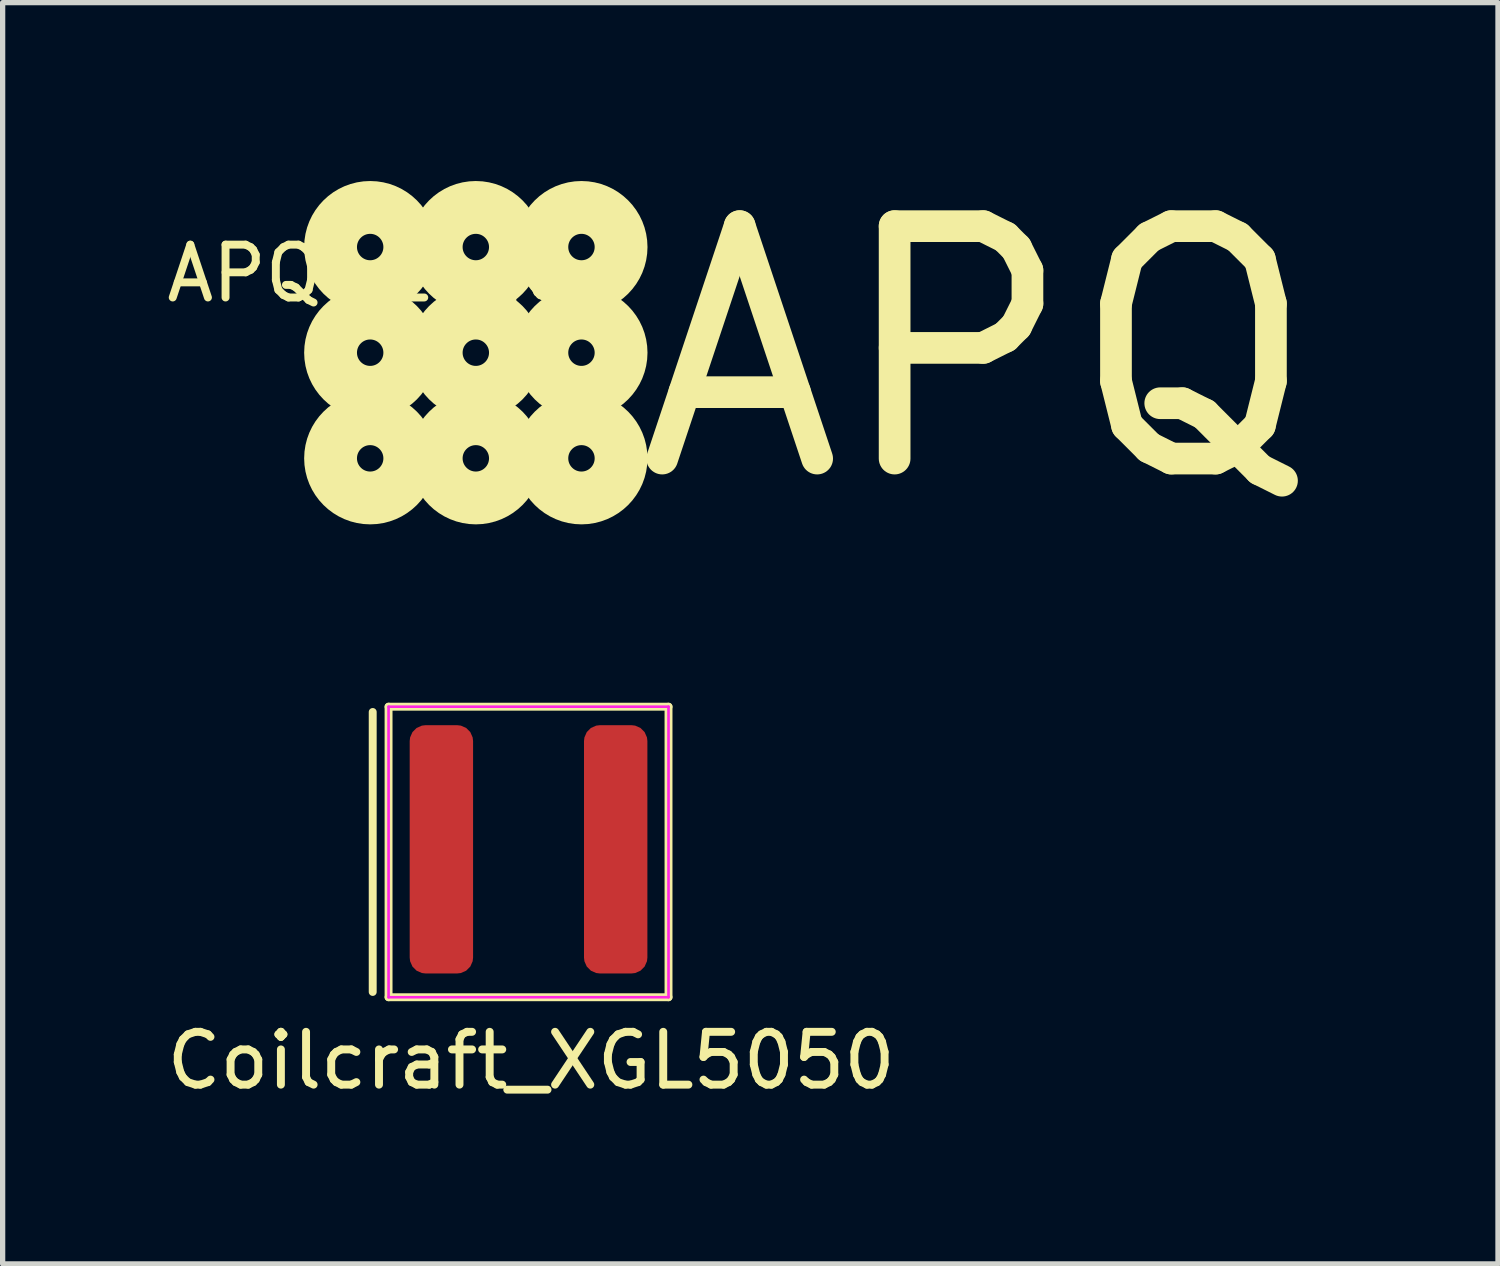
<source format=kicad_pcb>
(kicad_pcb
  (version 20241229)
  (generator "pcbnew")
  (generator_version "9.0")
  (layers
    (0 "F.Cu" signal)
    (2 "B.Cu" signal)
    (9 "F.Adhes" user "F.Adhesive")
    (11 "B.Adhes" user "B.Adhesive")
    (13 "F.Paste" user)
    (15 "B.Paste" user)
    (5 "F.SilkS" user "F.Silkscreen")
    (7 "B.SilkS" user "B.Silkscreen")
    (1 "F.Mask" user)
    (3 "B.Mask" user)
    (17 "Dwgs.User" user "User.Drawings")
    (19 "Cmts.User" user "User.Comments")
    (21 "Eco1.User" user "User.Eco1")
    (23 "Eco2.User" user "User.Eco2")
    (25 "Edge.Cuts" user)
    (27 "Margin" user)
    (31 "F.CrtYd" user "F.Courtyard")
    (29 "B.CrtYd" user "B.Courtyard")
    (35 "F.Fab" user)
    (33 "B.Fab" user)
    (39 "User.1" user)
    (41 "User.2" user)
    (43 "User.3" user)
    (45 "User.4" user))
  (footprint "Coilcraft_XGL5050"
    (layer "F.Cu")
    (at 5.306 13.029)
    (property "Reference" "Coilcraft_XGL5050" (at 1.7 4 0) (layer "F.SilkS") (effects (font (size 1 1) (thickness 0.15))))
    (attr through_hole)
    (fp_line (start -1.3 -2.6) (end -1.3 2.7) (stroke (width 0.15) (type solid)) (layer "F.SilkS"))
    (fp_line (start -1 -2.7) (end 4.3 -2.7) (stroke (width 0.15) (type solid)) (layer "F.SilkS"))
    (fp_line (start -1 2.8) (end -1 -2.7) (stroke (width 0.15) (type solid)) (layer "F.SilkS"))
    (fp_line (start 4.3 -2.7) (end 4.3 2.8) (stroke (width 0.15) (type solid)) (layer "F.SilkS"))
    (fp_line (start 4.3 2.8) (end -1 2.8) (stroke (width 0.15) (type solid)) (layer "F.SilkS"))
    (fp_line (start -1 -2.7) (end -1 2.8) (stroke (width 0.05) (type solid)) (layer "F.CrtYd"))
    (fp_line (start -1 2.8) (end 4.3 2.8) (stroke (width 0.05) (type solid)) (layer "F.CrtYd"))
    (fp_line (start 4.3 -2.7) (end -1 -2.7) (stroke (width 0.05) (type solid)) (layer "F.CrtYd"))
    (fp_line (start 4.3 2.8) (end 4.3 -2.7) (stroke (width 0.05) (type solid)) (layer "F.CrtYd"))
    (pad "1" smd roundrect (at 0 0) (size 1.2 4.7) (layers "F.Cu" "F.Mask" "F.Paste") (roundrect_rratio 0.25))
    (pad "2" smd roundrect (at 3.3 0) (size 1.2 4.7) (layers "F.Cu" "F.Mask" "F.Paste") (roundrect_rratio 0.25)))
  (footprint "APQ-Logo"
    (layer "F.Cu")
    (at 3.958 1.627)
    (property "Reference" "APQ-Logo" (at 0 0.5 0) (layer "F.SilkS") (effects (font (size 1 1) (thickness 0.15))))
    (attr exclude_from_pos_files exclude_from_bom)
    (fp_circle (center 0 0) (end 0.25 0) (stroke (width 1) (type solid)) (fill no) (layer "F.SilkS"))
    (fp_circle (center 0 2) (end 0.25 2) (stroke (width 1) (type solid)) (fill no) (layer "F.SilkS"))
    (fp_circle (center 0 4) (end 0.25 4) (stroke (width 1) (type solid)) (fill no) (layer "F.SilkS"))
    (fp_circle (center 2 0) (end 2.25 0) (stroke (width 1) (type solid)) (fill no) (layer "F.SilkS"))
    (fp_circle (center 2 2) (end 2.25 2) (stroke (width 1) (type solid)) (fill no) (layer "F.SilkS"))
    (fp_circle (center 2 4) (end 2.25 4) (stroke (width 1) (type solid)) (fill no) (layer "F.SilkS"))
    (fp_circle (center 4 0) (end 4.25 0) (stroke (width 1) (type solid)) (fill no) (layer "F.SilkS"))
    (fp_circle (center 4 2) (end 4.25 2) (stroke (width 1) (type solid)) (fill no) (layer "F.SilkS"))
    (fp_circle (center 4 4) (end 4.25 4) (stroke (width 1) (type solid)) (fill no) (layer "F.SilkS"))
    (fp_text user "APQ" (at 11.5 2 0) (layer "F.SilkS") (effects (font (size 4.4 4.4) (thickness 0.6)))))
  (gr_rect
    (start -3 -3)
    (end 25.309 20.877)
    (stroke (width 0.1) (type default))
    (fill no)
    (layer "Edge.Cuts")))
</source>
